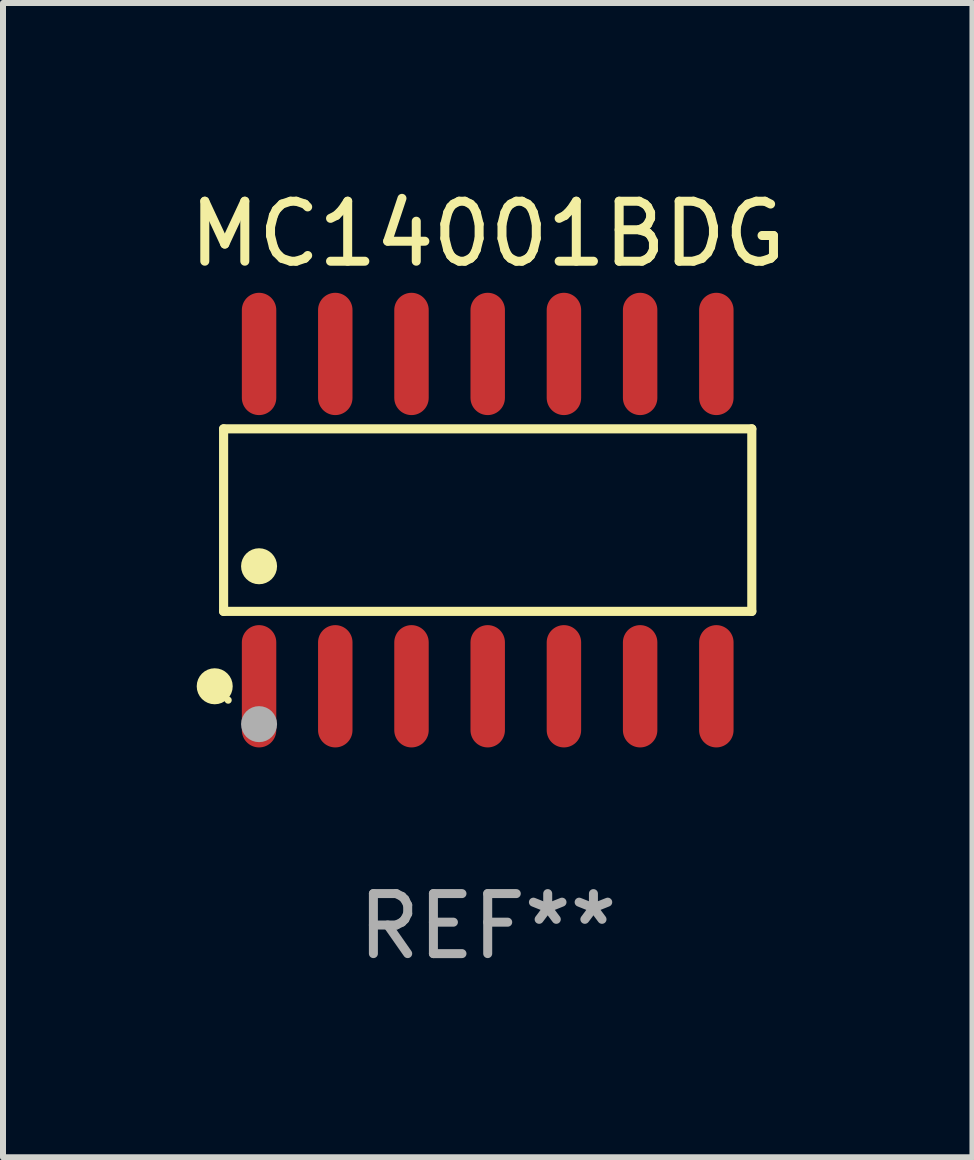
<source format=kicad_pcb>
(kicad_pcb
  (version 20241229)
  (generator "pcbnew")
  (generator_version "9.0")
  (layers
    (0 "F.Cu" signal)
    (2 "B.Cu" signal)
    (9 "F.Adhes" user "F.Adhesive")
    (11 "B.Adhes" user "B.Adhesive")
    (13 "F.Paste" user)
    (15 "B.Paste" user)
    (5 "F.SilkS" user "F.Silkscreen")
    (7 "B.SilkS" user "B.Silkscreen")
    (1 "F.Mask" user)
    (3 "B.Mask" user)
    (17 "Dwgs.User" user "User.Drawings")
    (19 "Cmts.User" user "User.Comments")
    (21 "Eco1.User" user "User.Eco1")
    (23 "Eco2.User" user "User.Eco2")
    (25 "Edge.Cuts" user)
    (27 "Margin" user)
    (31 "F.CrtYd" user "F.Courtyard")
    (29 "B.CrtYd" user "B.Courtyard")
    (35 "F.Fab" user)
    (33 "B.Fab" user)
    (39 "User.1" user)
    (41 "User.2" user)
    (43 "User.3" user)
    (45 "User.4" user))
  (footprint "MC14001BDG"
    (layer "F.Cu")
    (at 5.077 5.617)
    (property "Reference" "MC14001BDG" (at 0 -4.769 0) (layer "F.SilkS") (effects (font (size 1 1) (thickness 0.15))))
    (attr through_hole)
    (fp_line (start -4.401 -1.521) (end 4.401 -1.521) (stroke (width 0.152) (type solid)) (layer "F.SilkS"))
    (fp_line (start -4.401 1.521) (end -4.401 -1.521) (stroke (width 0.152) (type solid)) (layer "F.SilkS"))
    (fp_line (start 4.401 -1.521) (end 4.401 1.521) (stroke (width 0.152) (type solid)) (layer "F.SilkS"))
    (fp_line (start 4.401 1.521) (end -4.401 1.521) (stroke (width 0.152) (type solid)) (layer "F.SilkS"))
    (fp_circle (center -4.549 2.769) (end -4.399 2.769) (stroke (width 0.3) (type solid)) (fill no) (layer "F.SilkS"))
    (fp_circle (center -4.325 3) (end -4.295 3) (stroke (width 0.06) (type solid)) (fill no) (layer "F.SilkS"))
    (fp_circle (center -3.81 0.769) (end -3.66 0.769) (stroke (width 0.3) (type solid)) (fill no) (layer "F.SilkS"))
    (fp_circle (center -3.81 3.4) (end -3.66 3.4) (stroke (width 0.3) (type solid)) (fill no) (layer "F.Fab"))
    (fp_text user "REF**" (at 0 6.769 0) (layer "F.Fab") (effects (font (size 1 1) (thickness 0.15))))
    (pad "1" smd oval (at -3.81 2.769) (size 0.574 2.038) (layers "F.Cu" "F.Mask" "F.Paste"))
    (pad "2" smd oval (at -2.54 2.769) (size 0.574 2.038) (layers "F.Cu" "F.Mask" "F.Paste"))
    (pad "3" smd oval (at -1.27 2.769) (size 0.574 2.038) (layers "F.Cu" "F.Mask" "F.Paste"))
    (pad "4" smd oval (at 0 2.769) (size 0.574 2.038) (layers "F.Cu" "F.Mask" "F.Paste"))
    (pad "5" smd oval (at 1.27 2.769) (size 0.574 2.038) (layers "F.Cu" "F.Mask" "F.Paste"))
    (pad "6" smd oval (at 2.54 2.769) (size 0.574 2.038) (layers "F.Cu" "F.Mask" "F.Paste"))
    (pad "7" smd oval (at 3.81 2.769) (size 0.574 2.038) (layers "F.Cu" "F.Mask" "F.Paste"))
    (pad "8" smd oval (at 3.81 -2.769) (size 0.574 2.038) (layers "F.Cu" "F.Mask" "F.Paste"))
    (pad "9" smd oval (at 2.54 -2.769) (size 0.574 2.038) (layers "F.Cu" "F.Mask" "F.Paste"))
    (pad "10" smd oval (at 1.27 -2.769) (size 0.574 2.038) (layers "F.Cu" "F.Mask" "F.Paste"))
    (pad "11" smd oval (at 0 -2.769) (size 0.574 2.038) (layers "F.Cu" "F.Mask" "F.Paste"))
    (pad "12" smd oval (at -1.27 -2.769) (size 0.574 2.038) (layers "F.Cu" "F.Mask" "F.Paste"))
    (pad "13" smd oval (at -2.54 -2.769) (size 0.574 2.038) (layers "F.Cu" "F.Mask" "F.Paste"))
    (pad "14" smd oval (at -3.81 -2.769) (size 0.574 2.038) (layers "F.Cu" "F.Mask" "F.Paste")))
  (gr_rect
    (start -3 -3)
    (end 13.155 16.235)
    (stroke (width 0.1) (type default))
    (fill no)
    (layer "Edge.Cuts")))
</source>
